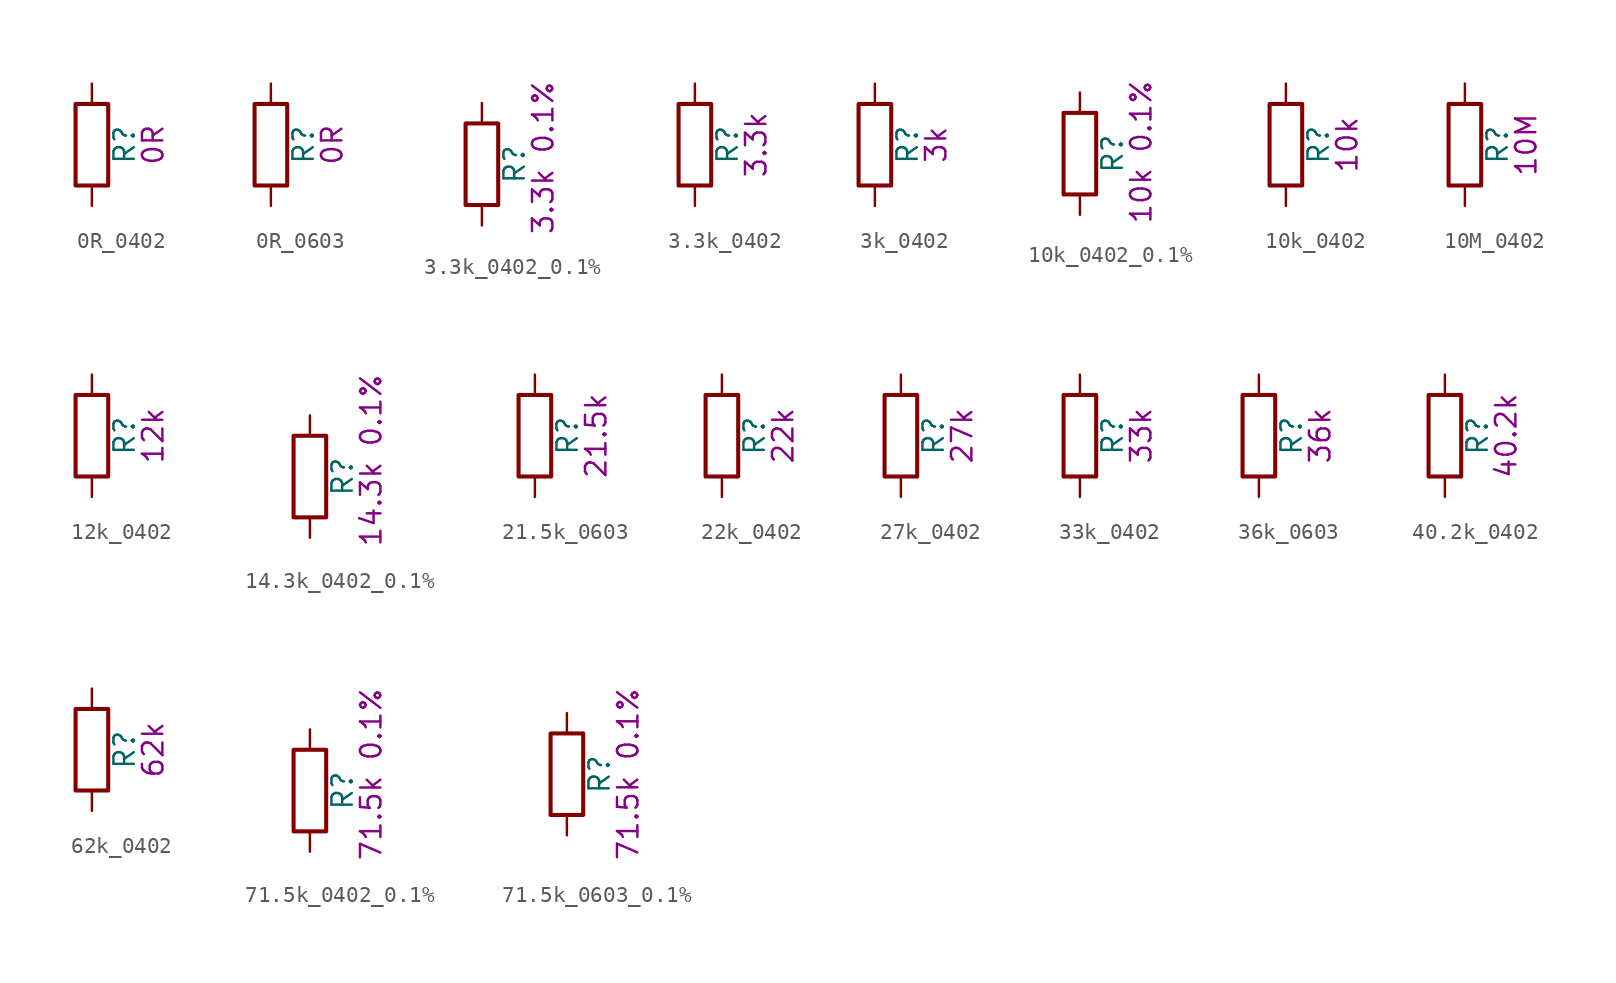
<source format=kicad_sym>
(kicad_symbol_lib
  (version 20211014)
  (generator kicad_symbol_editor)
  (symbol "0R_0402"
    (pin_numbers hide)
    (pin_names
      (offset 0))
    (property "Reference" "R"
      (at 2.032 0 90)
      (effects (font (size 1.27 1.27))))
    (property "Display" "0R"
      (at 3.81 0 90)
      (effects (font (size 1.27 1.27))))
    (symbol "0R_0402_0_1"
      (rectangle (start -1.016 -2.54) (end 1.016 2.54) (stroke (width 0.254) (type default) (color 0 0 0 0)) (fill (type none))))
    (symbol "0R_0402_1_1"
      (pin passive line (at 0 3.81 270) (length 1.27) (name "~" (effects (font (size 1.27 1.27)))) (number "1" (effects (font (size 1.27 1.27)))))
      (pin passive line (at 0 -3.81 90) (length 1.27) (name "~" (effects (font (size 1.27 1.27)))) (number "2" (effects (font (size 1.27 1.27)))))))
  (symbol "0R_0603"
    (pin_numbers hide)
    (pin_names
      (offset 0))
    (property "Reference" "R"
      (at 2.032 0 90)
      (effects (font (size 1.27 1.27))))
    (property "Display" "0R"
      (at 3.81 0 90)
      (effects (font (size 1.27 1.27))))
    (symbol "0R_0603_0_1"
      (rectangle (start -1.016 -2.54) (end 1.016 2.54) (stroke (width 0.254) (type default) (color 0 0 0 0)) (fill (type none))))
    (symbol "0R_0603_1_1"
      (pin passive line (at 0 3.81 270) (length 1.27) (name "~" (effects (font (size 1.27 1.27)))) (number "1" (effects (font (size 1.27 1.27)))))
      (pin passive line (at 0 -3.81 90) (length 1.27) (name "~" (effects (font (size 1.27 1.27)))) (number "2" (effects (font (size 1.27 1.27)))))))
  (symbol "3.3k_0402_0.1%"
    (pin_numbers hide)
    (pin_names
      (offset 0))
    (property "Reference" "R"
      (at 2.032 0 90)
      (effects (font (size 1.27 1.27))))
    (property "Display" "3.3k 0.1%"
      (at 3.81 -4.445 90)
      (effects (font (size 1.27 1.27)) (justify left)))
    (symbol "3.3k_0402_0.1%_0_1"
      (rectangle (start -1.016 -2.54) (end 1.016 2.54) (stroke (width 0.254) (type default) (color 0 0 0 0)) (fill (type none))))
    (symbol "3.3k_0402_0.1%_1_1"
      (pin passive line (at 0 3.81 270) (length 1.27) (name "~" (effects (font (size 1.27 1.27)))) (number "1" (effects (font (size 1.27 1.27)))))
      (pin passive line (at 0 -3.81 90) (length 1.27) (name "~" (effects (font (size 1.27 1.27)))) (number "2" (effects (font (size 1.27 1.27)))))))
  (symbol "3.3k_0402"
    (pin_numbers hide)
    (pin_names
      (offset 0))
    (property "Reference" "R"
      (at 2.032 0 90)
      (effects (font (size 1.27 1.27))))
    (property "Display" "3.3k"
      (at 3.81 0 90)
      (effects (font (size 1.27 1.27))))
    (symbol "3.3k_0402_0_1"
      (rectangle (start -1.016 -2.54) (end 1.016 2.54) (stroke (width 0.254) (type default) (color 0 0 0 0)) (fill (type none))))
    (symbol "3.3k_0402_1_1"
      (pin passive line (at 0 3.81 270) (length 1.27) (name "~" (effects (font (size 1.27 1.27)))) (number "1" (effects (font (size 1.27 1.27)))))
      (pin passive line (at 0 -3.81 90) (length 1.27) (name "~" (effects (font (size 1.27 1.27)))) (number "2" (effects (font (size 1.27 1.27)))))))
  (symbol "3k_0402"
    (pin_numbers hide)
    (pin_names
      (offset 0))
    (property "Reference" "R"
      (at 2.032 0 90)
      (effects (font (size 1.27 1.27))))
    (property "Display" "3k"
      (at 3.81 0 90)
      (effects (font (size 1.27 1.27))))
    (symbol "3k_0402_0_1"
      (rectangle (start -1.016 -2.54) (end 1.016 2.54) (stroke (width 0.254) (type default) (color 0 0 0 0)) (fill (type none))))
    (symbol "3k_0402_1_1"
      (pin passive line (at 0 3.81 270) (length 1.27) (name "~" (effects (font (size 1.27 1.27)))) (number "1" (effects (font (size 1.27 1.27)))))
      (pin passive line (at 0 -3.81 90) (length 1.27) (name "~" (effects (font (size 1.27 1.27)))) (number "2" (effects (font (size 1.27 1.27)))))))
  (symbol "10k_0402_0.1%"
    (pin_numbers hide)
    (pin_names
      (offset 0))
    (property "Reference" "R"
      (at 2.032 0 90)
      (effects (font (size 1.27 1.27))))
    (property "Display" "10k 0.1%"
      (at 3.81 -4.445 90)
      (effects (font (size 1.27 1.27)) (justify left)))
    (symbol "10k_0402_0.1%_0_1"
      (rectangle (start -1.016 -2.54) (end 1.016 2.54) (stroke (width 0.254) (type default) (color 0 0 0 0)) (fill (type none))))
    (symbol "10k_0402_0.1%_1_1"
      (pin passive line (at 0 3.81 270) (length 1.27) (name "~" (effects (font (size 1.27 1.27)))) (number "1" (effects (font (size 1.27 1.27)))))
      (pin passive line (at 0 -3.81 90) (length 1.27) (name "~" (effects (font (size 1.27 1.27)))) (number "2" (effects (font (size 1.27 1.27)))))))
  (symbol "10k_0402"
    (pin_numbers hide)
    (pin_names
      (offset 0))
    (property "Reference" "R"
      (at 2.032 0 90)
      (effects (font (size 1.27 1.27))))
    (property "Display" "10k"
      (at 3.81 0 90)
      (effects (font (size 1.27 1.27))))
    (symbol "10k_0402_0_1"
      (rectangle (start -1.016 -2.54) (end 1.016 2.54) (stroke (width 0.254) (type default) (color 0 0 0 0)) (fill (type none))))
    (symbol "10k_0402_1_1"
      (pin passive line (at 0 3.81 270) (length 1.27) (name "~" (effects (font (size 1.27 1.27)))) (number "1" (effects (font (size 1.27 1.27)))))
      (pin passive line (at 0 -3.81 90) (length 1.27) (name "~" (effects (font (size 1.27 1.27)))) (number "2" (effects (font (size 1.27 1.27)))))))
  (symbol "10M_0402"
    (pin_numbers hide)
    (pin_names
      (offset 0))
    (property "Reference" "R"
      (at 2.032 0 90)
      (effects (font (size 1.27 1.27))))
    (property "Display" "10M"
      (at 3.81 0 90)
      (effects (font (size 1.27 1.27))))
    (symbol "10M_0402_0_1"
      (rectangle (start -1.016 -2.54) (end 1.016 2.54) (stroke (width 0.254) (type default) (color 0 0 0 0)) (fill (type none))))
    (symbol "10M_0402_1_1"
      (pin passive line (at 0 3.81 270) (length 1.27) (name "~" (effects (font (size 1.27 1.27)))) (number "1" (effects (font (size 1.27 1.27)))))
      (pin passive line (at 0 -3.81 90) (length 1.27) (name "~" (effects (font (size 1.27 1.27)))) (number "2" (effects (font (size 1.27 1.27)))))))
  (symbol "12k_0402"
    (pin_numbers hide)
    (pin_names
      (offset 0))
    (property "Reference" "R"
      (at 2.032 0 90)
      (effects (font (size 1.27 1.27))))
    (property "Display" "12k"
      (at 3.81 0 90)
      (effects (font (size 1.27 1.27))))
    (symbol "12k_0402_0_1"
      (rectangle (start -1.016 -2.54) (end 1.016 2.54) (stroke (width 0.254) (type default) (color 0 0 0 0)) (fill (type none))))
    (symbol "12k_0402_1_1"
      (pin passive line (at 0 3.81 270) (length 1.27) (name "~" (effects (font (size 1.27 1.27)))) (number "1" (effects (font (size 1.27 1.27)))))
      (pin passive line (at 0 -3.81 90) (length 1.27) (name "~" (effects (font (size 1.27 1.27)))) (number "2" (effects (font (size 1.27 1.27)))))))
  (symbol "14.3k_0402_0.1%"
    (pin_numbers hide)
    (pin_names
      (offset 0))
    (property "Reference" "R"
      (at 2.032 0 90)
      (effects (font (size 1.27 1.27))))
    (property "Display" "14.3k 0.1%"
      (at 3.81 -4.445 90)
      (effects (font (size 1.27 1.27)) (justify left)))
    (symbol "14.3k_0402_0.1%_0_1"
      (rectangle (start -1.016 -2.54) (end 1.016 2.54) (stroke (width 0.254) (type default) (color 0 0 0 0)) (fill (type none))))
    (symbol "14.3k_0402_0.1%_1_1"
      (pin passive line (at 0 3.81 270) (length 1.27) (name "~" (effects (font (size 1.27 1.27)))) (number "1" (effects (font (size 1.27 1.27)))))
      (pin passive line (at 0 -3.81 90) (length 1.27) (name "~" (effects (font (size 1.27 1.27)))) (number "2" (effects (font (size 1.27 1.27)))))))
  (symbol "21.5k_0603"
    (pin_numbers hide)
    (pin_names
      (offset 0))
    (property "Reference" "R"
      (at 2.032 0 90)
      (effects (font (size 1.27 1.27))))
    (property "Display" "21.5k"
      (at 3.81 0 90)
      (effects (font (size 1.27 1.27))))
    (symbol "21.5k_0603_0_1"
      (rectangle (start -1.016 -2.54) (end 1.016 2.54) (stroke (width 0.254) (type default) (color 0 0 0 0)) (fill (type none))))
    (symbol "21.5k_0603_1_1"
      (pin passive line (at 0 3.81 270) (length 1.27) (name "~" (effects (font (size 1.27 1.27)))) (number "1" (effects (font (size 1.27 1.27)))))
      (pin passive line (at 0 -3.81 90) (length 1.27) (name "~" (effects (font (size 1.27 1.27)))) (number "2" (effects (font (size 1.27 1.27)))))))
  (symbol "22k_0402"
    (pin_numbers hide)
    (pin_names
      (offset 0))
    (property "Reference" "R"
      (at 2.032 0 90)
      (effects (font (size 1.27 1.27))))
    (property "Display" "22k"
      (at 3.81 0 90)
      (effects (font (size 1.27 1.27))))
    (symbol "22k_0402_0_1"
      (rectangle (start -1.016 -2.54) (end 1.016 2.54) (stroke (width 0.254) (type default) (color 0 0 0 0)) (fill (type none))))
    (symbol "22k_0402_1_1"
      (pin passive line (at 0 3.81 270) (length 1.27) (name "~" (effects (font (size 1.27 1.27)))) (number "1" (effects (font (size 1.27 1.27)))))
      (pin passive line (at 0 -3.81 90) (length 1.27) (name "~" (effects (font (size 1.27 1.27)))) (number "2" (effects (font (size 1.27 1.27)))))))
  (symbol "27k_0402"
    (pin_numbers hide)
    (pin_names
      (offset 0))
    (property "Reference" "R"
      (at 2.032 0 90)
      (effects (font (size 1.27 1.27))))
    (property "Display" "27k"
      (at 3.81 0 90)
      (effects (font (size 1.27 1.27))))
    (symbol "27k_0402_0_1"
      (rectangle (start -1.016 -2.54) (end 1.016 2.54) (stroke (width 0.254) (type default) (color 0 0 0 0)) (fill (type none))))
    (symbol "27k_0402_1_1"
      (pin passive line (at 0 3.81 270) (length 1.27) (name "~" (effects (font (size 1.27 1.27)))) (number "1" (effects (font (size 1.27 1.27)))))
      (pin passive line (at 0 -3.81 90) (length 1.27) (name "~" (effects (font (size 1.27 1.27)))) (number "2" (effects (font (size 1.27 1.27)))))))
  (symbol "33k_0402"
    (pin_numbers hide)
    (pin_names
      (offset 0))
    (property "Reference" "R"
      (at 2.032 0 90)
      (effects (font (size 1.27 1.27))))
    (property "Display" "33k"
      (at 3.81 0 90)
      (effects (font (size 1.27 1.27))))
    (symbol "33k_0402_0_1"
      (rectangle (start -1.016 -2.54) (end 1.016 2.54) (stroke (width 0.254) (type default) (color 0 0 0 0)) (fill (type none))))
    (symbol "33k_0402_1_1"
      (pin passive line (at 0 3.81 270) (length 1.27) (name "~" (effects (font (size 1.27 1.27)))) (number "1" (effects (font (size 1.27 1.27)))))
      (pin passive line (at 0 -3.81 90) (length 1.27) (name "~" (effects (font (size 1.27 1.27)))) (number "2" (effects (font (size 1.27 1.27)))))))
  (symbol "36k_0603"
    (pin_numbers hide)
    (pin_names
      (offset 0))
    (property "Reference" "R"
      (at 2.032 0 90)
      (effects (font (size 1.27 1.27))))
    (property "Display" "36k"
      (at 3.81 0 90)
      (effects (font (size 1.27 1.27))))
    (symbol "36k_0603_0_1"
      (rectangle (start -1.016 -2.54) (end 1.016 2.54) (stroke (width 0.254) (type default) (color 0 0 0 0)) (fill (type none))))
    (symbol "36k_0603_1_1"
      (pin passive line (at 0 3.81 270) (length 1.27) (name "~" (effects (font (size 1.27 1.27)))) (number "1" (effects (font (size 1.27 1.27)))))
      (pin passive line (at 0 -3.81 90) (length 1.27) (name "~" (effects (font (size 1.27 1.27)))) (number "2" (effects (font (size 1.27 1.27)))))))
  (symbol "40.2k_0402"
    (pin_numbers hide)
    (pin_names
      (offset 0))
    (property "Reference" "R"
      (at 2.032 0 90)
      (effects (font (size 1.27 1.27))))
    (property "Display" "40.2k"
      (at 3.81 0 90)
      (effects (font (size 1.27 1.27))))
    (symbol "40.2k_0402_0_1"
      (rectangle (start -1.016 -2.54) (end 1.016 2.54) (stroke (width 0.254) (type default) (color 0 0 0 0)) (fill (type none))))
    (symbol "40.2k_0402_1_1"
      (pin passive line (at 0 3.81 270) (length 1.27) (name "~" (effects (font (size 1.27 1.27)))) (number "1" (effects (font (size 1.27 1.27)))))
      (pin passive line (at 0 -3.81 90) (length 1.27) (name "~" (effects (font (size 1.27 1.27)))) (number "2" (effects (font (size 1.27 1.27)))))))
  (symbol "62k_0402"
    (pin_numbers hide)
    (pin_names
      (offset 0))
    (property "Reference" "R"
      (at 2.032 0 90)
      (effects (font (size 1.27 1.27))))
    (property "Display" "62k"
      (at 3.81 0 90)
      (effects (font (size 1.27 1.27))))
    (symbol "62k_0402_0_1"
      (rectangle (start -1.016 -2.54) (end 1.016 2.54) (stroke (width 0.254) (type default) (color 0 0 0 0)) (fill (type none))))
    (symbol "62k_0402_1_1"
      (pin passive line (at 0 3.81 270) (length 1.27) (name "~" (effects (font (size 1.27 1.27)))) (number "1" (effects (font (size 1.27 1.27)))))
      (pin passive line (at 0 -3.81 90) (length 1.27) (name "~" (effects (font (size 1.27 1.27)))) (number "2" (effects (font (size 1.27 1.27)))))))
  (symbol "71.5k_0402_0.1%"
    (pin_numbers hide)
    (pin_names
      (offset 0))
    (property "Reference" "R"
      (at 2.032 0 90)
      (effects (font (size 1.27 1.27))))
    (property "Display" "71.5k 0.1%"
      (at 3.81 -4.445 90)
      (effects (font (size 1.27 1.27)) (justify left)))
    (symbol "71.5k_0402_0.1%_0_1"
      (rectangle (start -1.016 -2.54) (end 1.016 2.54) (stroke (width 0.254) (type default) (color 0 0 0 0)) (fill (type none))))
    (symbol "71.5k_0402_0.1%_1_1"
      (pin passive line (at 0 3.81 270) (length 1.27) (name "~" (effects (font (size 1.27 1.27)))) (number "1" (effects (font (size 1.27 1.27)))))
      (pin passive line (at 0 -3.81 90) (length 1.27) (name "~" (effects (font (size 1.27 1.27)))) (number "2" (effects (font (size 1.27 1.27)))))))
  (symbol "71.5k_0603_0.1%"
    (pin_numbers hide)
    (pin_names
      (offset 0))
    (property "Reference" "R"
      (at 2.032 0 90)
      (effects (font (size 1.27 1.27))))
    (property "Display" "71.5k 0.1%"
      (at 3.81 0 90)
      (effects (font (size 1.27 1.27))))
    (symbol "71.5k_0603_0.1%_0_1"
      (rectangle (start -1.016 -2.54) (end 1.016 2.54) (stroke (width 0.254) (type default) (color 0 0 0 0)) (fill (type none))))
    (symbol "71.5k_0603_0.1%_1_1"
      (pin passive line (at 0 3.81 270) (length 1.27) (name "~" (effects (font (size 1.27 1.27)))) (number "1" (effects (font (size 1.27 1.27)))))
      (pin passive line (at 0 -3.81 90) (length 1.27) (name "~" (effects (font (size 1.27 1.27)))) (number "2" (effects (font (size 1.27 1.27))))))))
</source>
